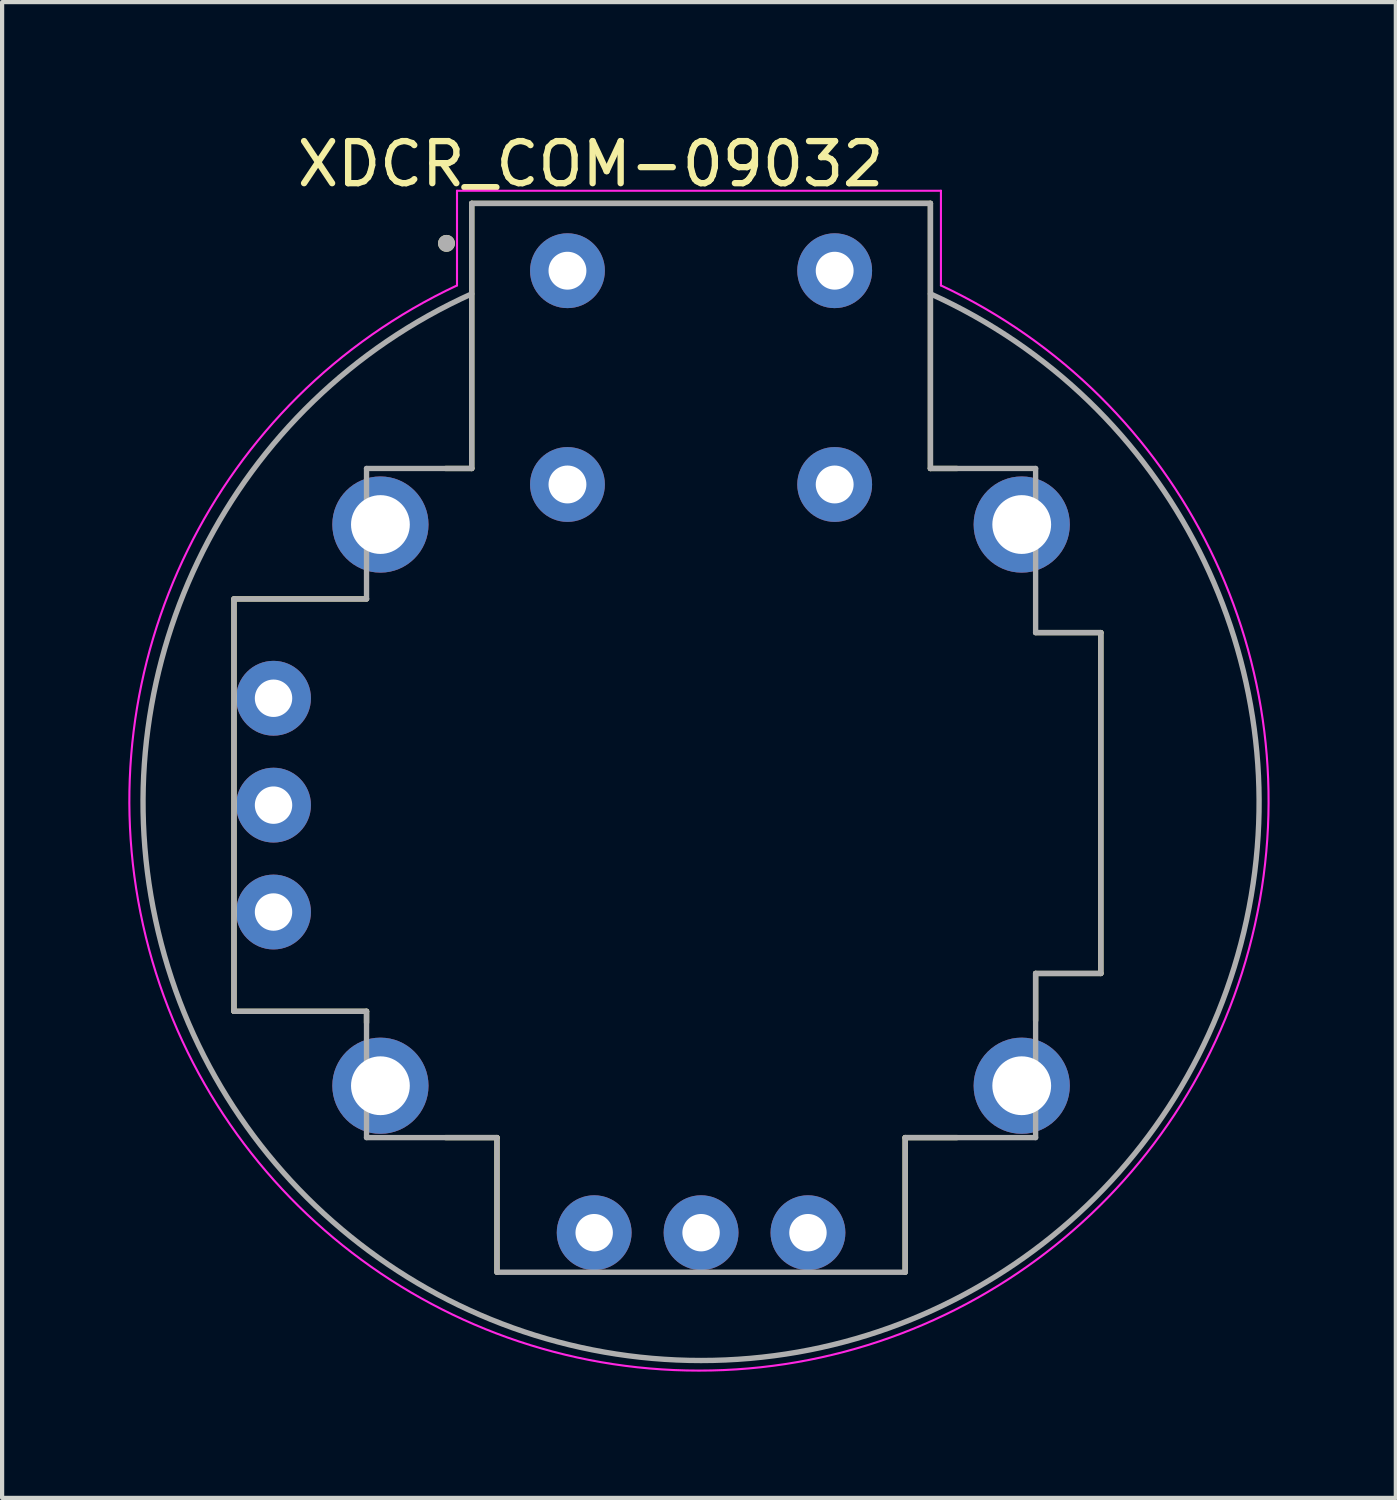
<source format=kicad_pcb>
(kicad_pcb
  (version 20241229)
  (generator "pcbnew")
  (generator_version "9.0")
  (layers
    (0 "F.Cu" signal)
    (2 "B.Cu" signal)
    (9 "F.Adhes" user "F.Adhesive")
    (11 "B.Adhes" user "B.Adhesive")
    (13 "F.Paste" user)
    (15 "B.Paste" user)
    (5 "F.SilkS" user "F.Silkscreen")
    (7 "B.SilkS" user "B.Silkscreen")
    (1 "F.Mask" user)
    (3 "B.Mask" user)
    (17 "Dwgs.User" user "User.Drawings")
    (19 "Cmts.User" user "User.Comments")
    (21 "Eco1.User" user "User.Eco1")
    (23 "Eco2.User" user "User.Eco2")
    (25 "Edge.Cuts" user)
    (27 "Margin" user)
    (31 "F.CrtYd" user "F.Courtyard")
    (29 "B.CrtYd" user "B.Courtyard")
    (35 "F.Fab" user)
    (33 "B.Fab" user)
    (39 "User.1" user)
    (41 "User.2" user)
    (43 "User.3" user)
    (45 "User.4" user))
  (footprint "XDCR_COM-09032"
    (layer "F.Cu")
    (at 13.61 16.083)
    (property "Reference" "XDCR_COM-09032" (at -2.625 -15.235 0) (layer "F.SilkS") (effects (font (size 1 1) (thickness 0.15))))
    (attr through_hole)
    (fp_line (start -11.1 -4.9) (end -7.95 -4.9) (stroke (width 0.127) (type solid)) (layer "F.SilkS"))
    (fp_line (start -11.1 4.9) (end -11.1 -4.9) (stroke (width 0.127) (type solid)) (layer "F.SilkS"))
    (fp_line (start -7.95 4.9) (end -11.1 4.9) (stroke (width 0.127) (type solid)) (layer "F.SilkS"))
    (fp_line (start -7.95 5.17) (end -7.95 4.9) (stroke (width 0.127) (type solid)) (layer "F.SilkS"))
    (fp_line (start -6.07 -8) (end -5.45 -8) (stroke (width 0.127) (type solid)) (layer "F.SilkS"))
    (fp_line (start -5.45 -14.3) (end 5.45 -14.3) (stroke (width 0.127) (type solid)) (layer "F.SilkS"))
    (fp_line (start -5.45 -8) (end -5.45 -14.3) (stroke (width 0.127) (type solid)) (layer "F.SilkS"))
    (fp_line (start -4.85 7.9) (end -6.07 7.9) (stroke (width 0.127) (type solid)) (layer "F.SilkS"))
    (fp_line (start -4.85 11.1) (end -4.85 7.9) (stroke (width 0.127) (type solid)) (layer "F.SilkS"))
    (fp_line (start 4.85 7.9) (end 4.85 11.1) (stroke (width 0.127) (type solid)) (layer "F.SilkS"))
    (fp_line (start 5.45 -14.3) (end 5.45 -8) (stroke (width 0.127) (type solid)) (layer "F.SilkS"))
    (fp_line (start 5.45 -8) (end 6.08 -8) (stroke (width 0.127) (type solid)) (layer "F.SilkS"))
    (fp_line (start 6.08 7.9) (end 4.85 7.9) (stroke (width 0.127) (type solid)) (layer "F.SilkS"))
    (fp_line (start 7.95 -4.1) (end 9.5 -4.1) (stroke (width 0.127) (type solid)) (layer "F.SilkS"))
    (fp_line (start 7.95 4) (end 7.95 5.12) (stroke (width 0.127) (type solid)) (layer "F.SilkS"))
    (fp_line (start 9.5 -4.1) (end 9.5 4) (stroke (width 0.127) (type solid)) (layer "F.SilkS"))
    (fp_line (start 9.5 4) (end 7.95 4) (stroke (width 0.127) (type solid)) (layer "F.SilkS"))
    (fp_circle (center -6.05 -13.35) (end -5.95 -13.35) (stroke (width 0.2) (type solid)) (fill no) (layer "F.SilkS"))
    (fp_line (start -5.8 -14.6) (end 5.7 -14.6) (stroke (width 0.05) (type solid)) (layer "F.CrtYd"))
    (fp_line (start -5.8 -12.35) (end -5.8 -14.6) (stroke (width 0.05) (type solid)) (layer "F.CrtYd"))
    (fp_line (start 5.7 -14.6) (end 5.7 -12.35) (stroke (width 0.05) (type solid)) (layer "F.CrtYd"))
    (fp_arc (start 5.7 -12.35) (mid -0.05 13.437438) (end -5.8 -12.35) (stroke (width 0.05) (type solid)) (layer "F.CrtYd"))
    (fp_line (start -11.1 -4.9) (end -11.1 4.9) (stroke (width 0.127) (type solid)) (layer "F.Fab"))
    (fp_line (start -7.95 -4.9) (end -11.1 -4.9) (stroke (width 0.127) (type solid)) (layer "F.Fab"))
    (fp_line (start -7.95 -4.9) (end -7.95 -8) (stroke (width 0.127) (type solid)) (layer "F.Fab"))
    (fp_line (start -7.95 4.9) (end -11.1 4.9) (stroke (width 0.127) (type solid)) (layer "F.Fab"))
    (fp_line (start -7.95 4.9) (end -7.95 7.9) (stroke (width 0.127) (type solid)) (layer "F.Fab"))
    (fp_line (start -5.45 -14.3) (end -5.45 -8) (stroke (width 0.127) (type solid)) (layer "F.Fab"))
    (fp_line (start -5.45 -8) (end -7.95 -8) (stroke (width 0.127) (type solid)) (layer "F.Fab"))
    (fp_line (start -4.85 7.9) (end -7.95 7.9) (stroke (width 0.127) (type solid)) (layer "F.Fab"))
    (fp_line (start -4.85 11.1) (end -4.85 7.9) (stroke (width 0.127) (type solid)) (layer "F.Fab"))
    (fp_line (start 4.85 7.9) (end 7.95 7.9) (stroke (width 0.127) (type solid)) (layer "F.Fab"))
    (fp_line (start 4.85 11.1) (end -4.85 11.1) (stroke (width 0.127) (type solid)) (layer "F.Fab"))
    (fp_line (start 4.85 11.1) (end 4.85 7.9) (stroke (width 0.127) (type solid)) (layer "F.Fab"))
    (fp_line (start 5.45 -14.3) (end -5.45 -14.3) (stroke (width 0.127) (type solid)) (layer "F.Fab"))
    (fp_line (start 5.45 -14.3) (end 5.45 -8) (stroke (width 0.127) (type solid)) (layer "F.Fab"))
    (fp_line (start 7.95 -8) (end 5.45 -8) (stroke (width 0.127) (type solid)) (layer "F.Fab"))
    (fp_line (start 7.95 -4.1) (end 7.95 -8) (stroke (width 0.127) (type solid)) (layer "F.Fab"))
    (fp_line (start 7.95 -4.1) (end 9.5 -4.1) (stroke (width 0.127) (type solid)) (layer "F.Fab"))
    (fp_line (start 7.95 4) (end 7.95 7.9) (stroke (width 0.127) (type solid)) (layer "F.Fab"))
    (fp_line (start 7.95 4) (end 9.5 4) (stroke (width 0.127) (type solid)) (layer "F.Fab"))
    (fp_line (start 9.5 -4.1) (end 9.5 4) (stroke (width 0.127) (type solid)) (layer "F.Fab"))
    (fp_arc (start 5.45 -12.15) (mid 0 13.197504) (end -5.45 -12.15) (stroke (width 0.127) (type solid)) (layer "F.Fab"))
    (fp_circle (center -6.05 -13.35) (end -5.95 -13.35) (stroke (width 0.2) (type solid)) (fill no) (layer "F.Fab"))
    (pad "" thru_hole circle (at -3.175 -12.7) (size 1.778 1.778) (drill 0.9) (layers "*.Cu" "*.Mask"))
    (pad "" thru_hole circle (at 3.175 -12.7) (size 1.778 1.778) (drill 0.9) (layers "*.Cu" "*.Mask"))
    (pad "1" thru_hole circle (at -10.16 0) (size 1.778 1.778) (drill 0.889) (layers "*.Cu" "*.Mask"))
    (pad "2" thru_hole circle (at -10.16 2.54) (size 1.778 1.778) (drill 0.889) (layers "*.Cu" "*.Mask"))
    (pad "3" thru_hole circle (at -10.16 -2.54) (size 1.778 1.778) (drill 0.889) (layers "*.Cu" "*.Mask"))
    (pad "4" thru_hole circle (at 0 10.16) (size 1.778 1.778) (drill 0.889) (layers "*.Cu" "*.Mask"))
    (pad "5" thru_hole circle (at 2.54 10.16) (size 1.778 1.778) (drill 0.889) (layers "*.Cu" "*.Mask"))
    (pad "6" thru_hole circle (at -2.54 10.16) (size 1.778 1.778) (drill 0.889) (layers "*.Cu" "*.Mask"))
    (pad "7" thru_hole circle (at -3.175 -7.62) (size 1.778 1.778) (drill 0.9) (layers "*.Cu" "*.Mask"))
    (pad "8" thru_hole circle (at 3.175 -7.62) (size 1.778 1.778) (drill 0.9) (layers "*.Cu" "*.Mask"))
    (pad "S1" thru_hole circle (at -7.62 -6.668) (size 2.286 2.286) (drill 1.397) (layers "*.Cu" "*.Mask"))
    (pad "S1" thru_hole circle (at -7.62 6.668) (size 2.286 2.286) (drill 1.397) (layers "*.Cu" "*.Mask"))
    (pad "S1" thru_hole circle (at 7.62 -6.668) (size 2.286 2.286) (drill 1.397) (layers "*.Cu" "*.Mask"))
    (pad "S1" thru_hole circle (at 7.62 6.668) (size 2.286 2.286) (drill 1.397) (layers "*.Cu" "*.Mask")))
  (gr_rect
    (start -3 -3)
    (end 30.12 32.546)
    (stroke (width 0.1) (type default))
    (fill no)
    (layer "Edge.Cuts")))
</source>
